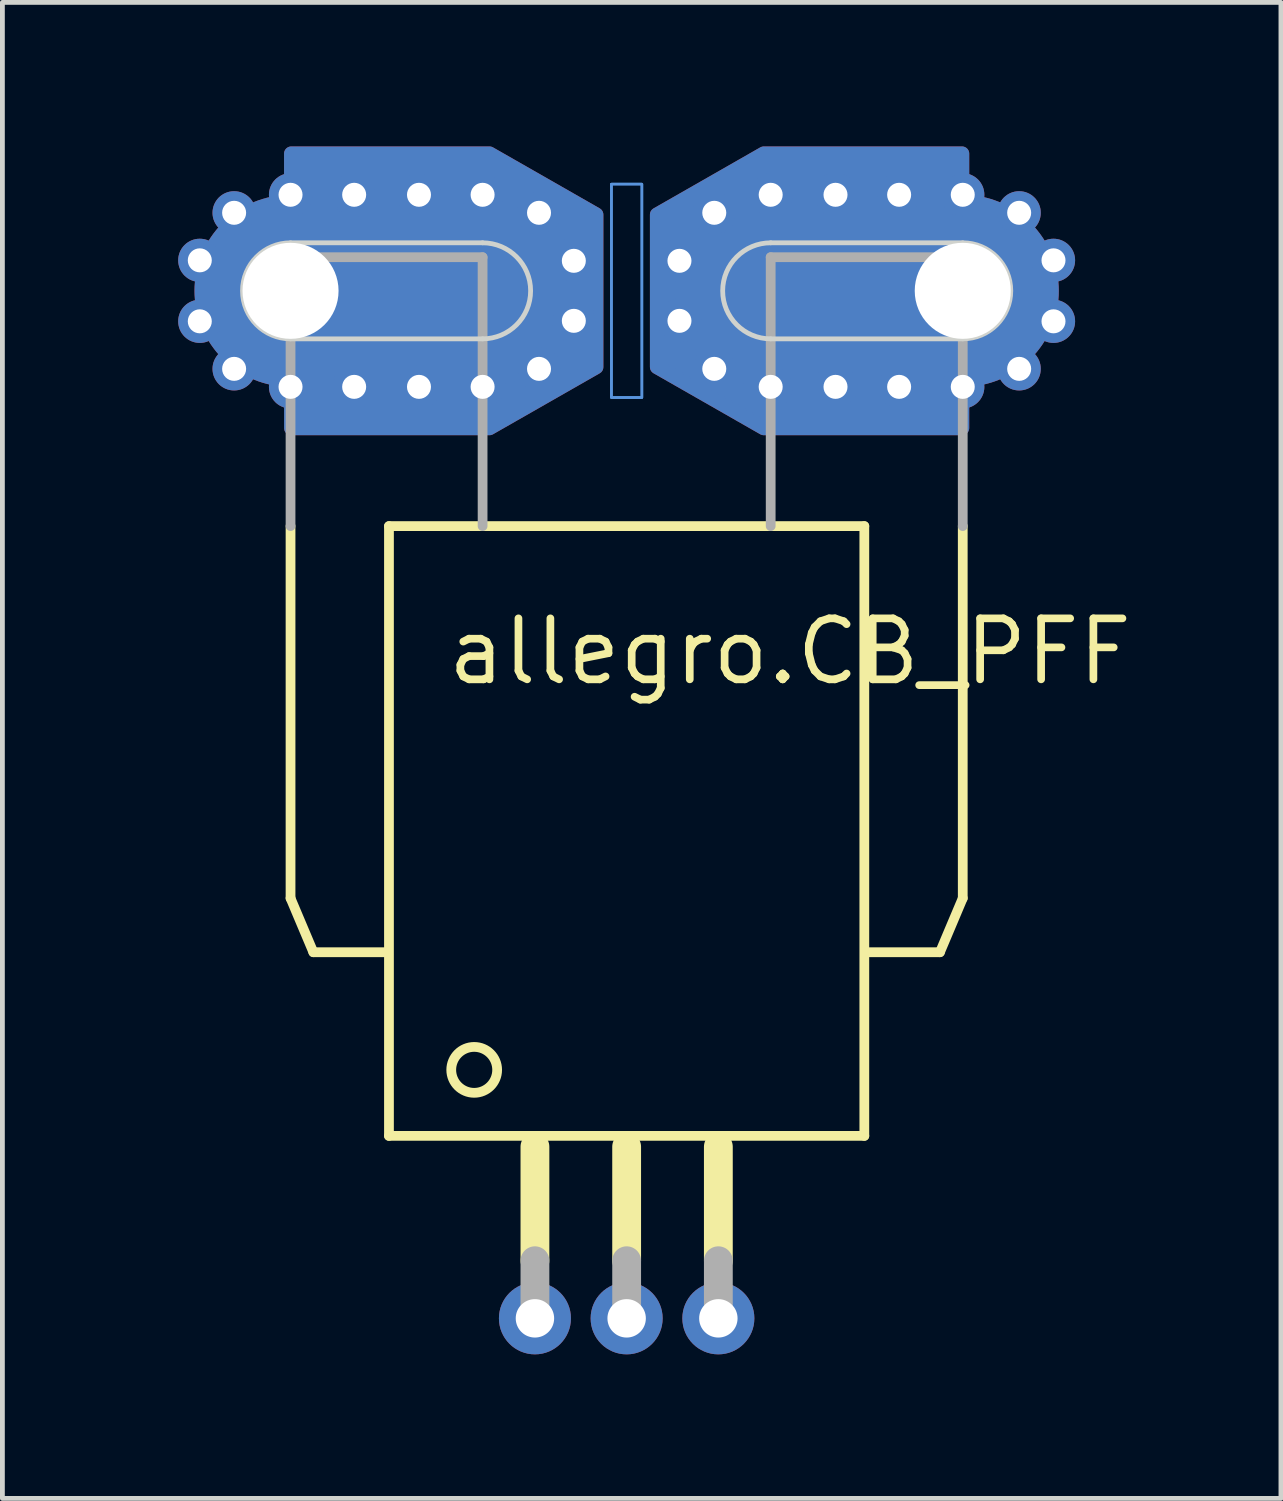
<source format=kicad_pcb>
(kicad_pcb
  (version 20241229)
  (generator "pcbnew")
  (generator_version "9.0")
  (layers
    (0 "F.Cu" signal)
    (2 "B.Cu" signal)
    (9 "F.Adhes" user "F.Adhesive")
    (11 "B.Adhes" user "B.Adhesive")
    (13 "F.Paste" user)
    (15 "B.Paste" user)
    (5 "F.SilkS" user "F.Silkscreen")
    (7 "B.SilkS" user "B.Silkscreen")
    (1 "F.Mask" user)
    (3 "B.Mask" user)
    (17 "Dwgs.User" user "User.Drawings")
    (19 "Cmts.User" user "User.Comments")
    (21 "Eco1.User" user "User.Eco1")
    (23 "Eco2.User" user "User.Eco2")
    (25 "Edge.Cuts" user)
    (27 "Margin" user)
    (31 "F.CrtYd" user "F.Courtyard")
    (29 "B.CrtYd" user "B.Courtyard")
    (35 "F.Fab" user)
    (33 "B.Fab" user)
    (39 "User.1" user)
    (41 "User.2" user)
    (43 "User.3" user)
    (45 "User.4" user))
  (footprint "allegro.CB_PFF"
    (layer "F.Cu")
    (at 10.001 3.007)
    (property "Reference" "allegro.CB_PFF" (at -3.81 8.255 0) (layer "F.SilkS") (effects (font (size 1.27 1.27) (thickness 0.16)) (justify left bottom)))
    (attr through_hole)
    (fp_poly (pts (xy -0.635 -1.587) (xy -0.635 1.587) (xy -2.857 2.857) (xy -6.985 2.857) (xy -6.985 -2.857) (xy -2.857 -2.857)) (stroke (width 0.3) (type default)) (fill yes) (layer "F.Cu"))
    (fp_poly (pts (xy 0.635 1.587) (xy 0.635 -1.587) (xy 2.857 -2.857) (xy 6.985 -2.857) (xy 6.985 2.857) (xy 2.857 2.857)) (stroke (width 0.3) (type default)) (fill yes) (layer "F.Cu"))
    (fp_poly (pts (xy -0.635 -1.587) (xy -0.635 1.587) (xy -2.857 2.857) (xy -6.985 2.857) (xy -6.985 -2.857) (xy -2.857 -2.857)) (stroke (width 0.3) (type default)) (fill yes) (layer "B.Cu"))
    (fp_poly (pts (xy 0.635 1.587) (xy 0.635 -1.587) (xy 2.857 -2.857) (xy 6.985 -2.857) (xy 6.985 2.857) (xy 2.857 2.857)) (stroke (width 0.3) (type default)) (fill yes) (layer "B.Cu"))
    (fp_line (start -7 4.9) (end -7 12.65) (stroke (width 0.203) (type default)) (layer "F.SilkS"))
    (fp_line (start -6.525 13.775) (end -7 12.65) (stroke (width 0.203) (type default)) (layer "F.SilkS"))
    (fp_line (start -6.525 13.775) (end -5.025 13.775) (stroke (width 0.203) (type default)) (layer "F.SilkS"))
    (fp_line (start -4.95 4.9) (end -4.95 17.6) (stroke (width 0.203) (type default)) (layer "F.SilkS"))
    (fp_line (start -4.95 4.9) (end 4.95 4.9) (stroke (width 0.203) (type default)) (layer "F.SilkS"))
    (fp_line (start -4.95 17.6) (end 4.95 17.6) (stroke (width 0.203) (type default)) (layer "F.SilkS"))
    (fp_line (start -1.91 20.2) (end -1.91 17.825) (stroke (width 0.6) (type default)) (layer "F.SilkS"))
    (fp_line (start 0 20.2) (end 0 17.825) (stroke (width 0.6) (type default)) (layer "F.SilkS"))
    (fp_line (start 1.91 20.2) (end 1.91 17.825) (stroke (width 0.6) (type default)) (layer "F.SilkS"))
    (fp_line (start 4.95 17.6) (end 4.95 4.9) (stroke (width 0.203) (type default)) (layer "F.SilkS"))
    (fp_line (start 6.525 13.775) (end 5 13.775) (stroke (width 0.203) (type default)) (layer "F.SilkS"))
    (fp_line (start 6.525 13.775) (end 7 12.65) (stroke (width 0.203) (type default)) (layer "F.SilkS"))
    (fp_line (start 7 4.9) (end 7 12.65) (stroke (width 0.203) (type default)) (layer "F.SilkS"))
    (fp_circle (center -3.175 16.225) (end -2.697 16.225) (stroke (width 0.203) (type default)) (fill no) (layer "F.SilkS"))
    (fp_line (start -7 -3) (end -3 -3) (stroke (width 0.001) (type default)) (layer "Cmts.User"))
    (fp_line (start -7 3) (end -3 3) (stroke (width 0.001) (type default)) (layer "Cmts.User"))
    (fp_line (start -0.5 -1.65) (end -0.5 1.65) (stroke (width 0.001) (type default)) (layer "Cmts.User"))
    (fp_line (start 0.5 -1.65) (end 0.5 1.65) (stroke (width 0.001) (type default)) (layer "Cmts.User"))
    (fp_line (start 7 -3) (end 3 -3) (stroke (width 0.001) (type default)) (layer "Cmts.User"))
    (fp_line (start 7 3) (end 3 3) (stroke (width 0.001) (type default)) (layer "Cmts.User"))
    (fp_rect (start -0.318 2.223) (end 0.318 -2.223) (stroke (width 0.05) (type default)) (fill no) (layer "Cmts.User"))
    (fp_rect (start -0.318 2.223) (end 0.318 -2.223) (stroke (width 0.05) (type default)) (fill no) (layer "Cmts.User"))
    (fp_rect (start -0.318 2.223) (end 0.318 -2.223) (stroke (width 0.05) (type default)) (fill no) (layer "Cmts.User"))
    (fp_arc (start -7 3) (mid -10 0) (end -7 -3) (stroke (width 0.001) (type default)) (layer "Cmts.User"))
    (fp_arc (start -3 -3) (mid -1.579392 -2.640941) (end -0.5 -1.65) (stroke (width 0.001) (type default)) (layer "Cmts.User"))
    (fp_arc (start -0.5 1.65) (mid -1.579392 2.640941) (end -3 3) (stroke (width 0.001) (type default)) (layer "Cmts.User"))
    (fp_arc (start 0.5 -1.65) (mid 1.579392 -2.640941) (end 3 -3) (stroke (width 0.001) (type default)) (layer "Cmts.User"))
    (fp_arc (start 3 3) (mid 1.579392 2.640941) (end 0.5 1.65) (stroke (width 0.001) (type default)) (layer "Cmts.User"))
    (fp_arc (start 7 -3) (mid 10 0) (end 7 3) (stroke (width 0.001) (type default)) (layer "Cmts.User"))
    (fp_circle (center -8.902 -0.618) (end -8.652 -0.618) (stroke (width 0.001) (type default)) (fill no) (layer "Cmts.User"))
    (fp_circle (center -8.902 0.618) (end -8.652 0.618) (stroke (width 0.001) (type default)) (fill no) (layer "Cmts.User"))
    (fp_circle (center -8.176 1.618) (end -7.926 1.618) (stroke (width 0.001) (type default)) (fill no) (layer "Cmts.User"))
    (fp_circle (center -8.176 -1.618) (end -7.926 -1.618) (stroke (width 0.001) (type default)) (fill no) (layer "Cmts.User"))
    (fp_circle (center -7 -2) (end -6.75 -2) (stroke (width 0.001) (type default)) (fill no) (layer "Cmts.User"))
    (fp_circle (center -7 2) (end -6.75 2) (stroke (width 0.001) (type default)) (fill no) (layer "Cmts.User"))
    (fp_circle (center -5.667 2) (end -5.417 2) (stroke (width 0.001) (type default)) (fill no) (layer "Cmts.User"))
    (fp_circle (center -5.667 -2) (end -5.417 -2) (stroke (width 0.001) (type default)) (fill no) (layer "Cmts.User"))
    (fp_circle (center -4.333 2) (end -4.083 2) (stroke (width 0.001) (type default)) (fill no) (layer "Cmts.User"))
    (fp_circle (center -4.333 -2) (end -4.083 -2) (stroke (width 0.001) (type default)) (fill no) (layer "Cmts.User"))
    (fp_circle (center -3 -2) (end -2.75 -2) (stroke (width 0.001) (type default)) (fill no) (layer "Cmts.User"))
    (fp_circle (center -3 2) (end -2.75 2) (stroke (width 0.001) (type default)) (fill no) (layer "Cmts.User"))
    (fp_circle (center -1.824 1.618) (end -1.574 1.618) (stroke (width 0.001) (type default)) (fill no) (layer "Cmts.User"))
    (fp_circle (center -1.824 -1.618) (end -1.574 -1.618) (stroke (width 0.001) (type default)) (fill no) (layer "Cmts.User"))
    (fp_circle (center -1.098 -0.618) (end -0.848 -0.618) (stroke (width 0.001) (type default)) (fill no) (layer "Cmts.User"))
    (fp_circle (center -1.098 0.618) (end -0.848 0.618) (stroke (width 0.001) (type default)) (fill no) (layer "Cmts.User"))
    (fp_circle (center 1.098 -0.618) (end 1.348 -0.618) (stroke (width 0.001) (type default)) (fill no) (layer "Cmts.User"))
    (fp_circle (center 1.098 0.618) (end 1.348 0.618) (stroke (width 0.001) (type default)) (fill no) (layer "Cmts.User"))
    (fp_circle (center 1.824 1.618) (end 2.074 1.618) (stroke (width 0.001) (type default)) (fill no) (layer "Cmts.User"))
    (fp_circle (center 1.824 -1.618) (end 2.074 -1.618) (stroke (width 0.001) (type default)) (fill no) (layer "Cmts.User"))
    (fp_circle (center 3 -2) (end 3.25 -2) (stroke (width 0.001) (type default)) (fill no) (layer "Cmts.User"))
    (fp_circle (center 3 2) (end 3.25 2) (stroke (width 0.001) (type default)) (fill no) (layer "Cmts.User"))
    (fp_circle (center 4.333 2) (end 4.583 2) (stroke (width 0.001) (type default)) (fill no) (layer "Cmts.User"))
    (fp_circle (center 4.333 -2) (end 4.583 -2) (stroke (width 0.001) (type default)) (fill no) (layer "Cmts.User"))
    (fp_circle (center 5.667 2) (end 5.917 2) (stroke (width 0.001) (type default)) (fill no) (layer "Cmts.User"))
    (fp_circle (center 5.667 -2) (end 5.917 -2) (stroke (width 0.001) (type default)) (fill no) (layer "Cmts.User"))
    (fp_circle (center 7 -2) (end 7.25 -2) (stroke (width 0.001) (type default)) (fill no) (layer "Cmts.User"))
    (fp_circle (center 7 2) (end 7.25 2) (stroke (width 0.001) (type default)) (fill no) (layer "Cmts.User"))
    (fp_circle (center 8.176 1.618) (end 8.426 1.618) (stroke (width 0.001) (type default)) (fill no) (layer "Cmts.User"))
    (fp_circle (center 8.176 -1.618) (end 8.426 -1.618) (stroke (width 0.001) (type default)) (fill no) (layer "Cmts.User"))
    (fp_circle (center 8.902 -0.618) (end 9.152 -0.618) (stroke (width 0.001) (type default)) (fill no) (layer "Cmts.User"))
    (fp_circle (center 8.902 0.618) (end 9.152 0.618) (stroke (width 0.001) (type default)) (fill no) (layer "Cmts.User"))
    (fp_line (start -7 -1) (end -3 -1) (stroke (width 0.1) (type default)) (layer "Edge.Cuts"))
    (fp_line (start -3 1) (end -7 1) (stroke (width 0.1) (type default)) (layer "Edge.Cuts"))
    (fp_line (start 3 -1) (end 7 -1) (stroke (width 0.1) (type default)) (layer "Edge.Cuts"))
    (fp_line (start 7 1) (end 3 1) (stroke (width 0.1) (type default)) (layer "Edge.Cuts"))
    (fp_arc (start -7 1) (mid -8 0) (end -7 -1) (stroke (width 0.1) (type default)) (layer "Edge.Cuts"))
    (fp_arc (start -3 -1) (mid -2 0) (end -3 1) (stroke (width 0.1) (type default)) (layer "Edge.Cuts"))
    (fp_arc (start 3 1) (mid 2 0) (end 3 -1) (stroke (width 0.1) (type default)) (layer "Edge.Cuts"))
    (fp_arc (start 7 -1) (mid 8 0) (end 7 1) (stroke (width 0.1) (type default)) (layer "Edge.Cuts"))
    (fp_line (start -7 -0.7) (end -7 4.9) (stroke (width 0.203) (type default)) (layer "F.Fab"))
    (fp_line (start -7 -0.7) (end -3 -0.7) (stroke (width 0.203) (type default)) (layer "F.Fab"))
    (fp_line (start -3 -0.7) (end -3 4.9) (stroke (width 0.203) (type default)) (layer "F.Fab"))
    (fp_line (start -1.91 21.4) (end -1.91 20.2) (stroke (width 0.6) (type default)) (layer "F.Fab"))
    (fp_line (start 0 21.4) (end 0 20.2) (stroke (width 0.6) (type default)) (layer "F.Fab"))
    (fp_line (start 1.91 21.4) (end 1.91 20.2) (stroke (width 0.6) (type default)) (layer "F.Fab"))
    (fp_line (start 3 -0.7) (end 3 4.9) (stroke (width 0.203) (type default)) (layer "F.Fab"))
    (fp_line (start 7 -0.7) (end 3 -0.7) (stroke (width 0.203) (type default)) (layer "F.Fab"))
    (fp_line (start 7 4.9) (end 7 -0.7) (stroke (width 0.203) (type default)) (layer "F.Fab"))
    (pad "1" thru_hole circle (at -1.91 21.4) (size 1.5 1.5) (drill 0.8) (layers "*.Cu" "*.Mask"))
    (pad "2" thru_hole circle (at 0 21.4) (size 1.5 1.5) (drill 0.8) (layers "*.Cu" "*.Mask"))
    (pad "3" thru_hole circle (at 1.91 21.4) (size 1.5 1.5) (drill 0.8) (layers "*.Cu" "*.Mask"))
    (pad "IP+" thru_hole oval (at 7 0) (size 8 4) (drill 2 (offset -2 0)) (layers "*.Cu" "*.Mask"))
    (pad "IP+@2" thru_hole circle (at 8.89 -0.635) (size 0.9 0.9) (drill 0.5) (layers "*.Cu" "*.Mask"))
    (pad "IP+@3" thru_hole circle (at 8.89 0.635) (size 0.9 0.9) (drill 0.5) (layers "*.Cu" "*.Mask"))
    (pad "IP+@4" thru_hole circle (at 8.175 1.625) (size 0.9 0.9) (drill 0.5) (layers "*.Cu" "*.Mask"))
    (pad "IP+@5" thru_hole circle (at 7 2) (size 0.9 0.9) (drill 0.5) (layers "*.Cu" "*.Mask"))
    (pad "IP+@6" thru_hole circle (at 5.675 2) (size 0.9 0.9) (drill 0.5) (layers "*.Cu" "*.Mask"))
    (pad "IP+@7" thru_hole circle (at 4.35 2) (size 0.9 0.9) (drill 0.5) (layers "*.Cu" "*.Mask"))
    (pad "IP+@8" thru_hole circle (at 3 2) (size 0.9 0.9) (drill 0.5) (layers "*.Cu" "*.Mask"))
    (pad "IP+@9" thru_hole circle (at 1.825 1.625) (size 0.9 0.9) (drill 0.5) (layers "*.Cu" "*.Mask"))
    (pad "IP+@10" thru_hole circle (at 1.1 0.625) (size 0.9 0.9) (drill 0.5) (layers "*.Cu" "*.Mask"))
    (pad "IP+@11" thru_hole circle (at 1.1 -0.625) (size 0.9 0.9) (drill 0.5) (layers "*.Cu" "*.Mask"))
    (pad "IP+@12" thru_hole circle (at 1.825 -1.625) (size 0.9 0.9) (drill 0.5) (layers "*.Cu" "*.Mask"))
    (pad "IP+@13" thru_hole circle (at 3 -2) (size 0.9 0.9) (drill 0.5) (layers "*.Cu" "*.Mask"))
    (pad "IP+@14" thru_hole circle (at 4.35 -2) (size 0.9 0.9) (drill 0.5) (layers "*.Cu" "*.Mask"))
    (pad "IP+@15" thru_hole circle (at 5.675 -2) (size 0.9 0.9) (drill 0.5) (layers "*.Cu" "*.Mask"))
    (pad "IP+@16" thru_hole circle (at 7 -2) (size 0.9 0.9) (drill 0.5) (layers "*.Cu" "*.Mask"))
    (pad "IP+@17" thru_hole circle (at 8.175 -1.625) (size 0.9 0.9) (drill 0.5) (layers "*.Cu" "*.Mask"))
    (pad "IP-" thru_hole oval (at -7 0) (size 8 4) (drill 2 (offset 2 0)) (layers "*.Cu" "*.Mask"))
    (pad "IP-@2" thru_hole circle (at -8.89 -0.635 180) (size 0.9 0.9) (drill 0.5) (layers "*.Cu" "*.Mask"))
    (pad "IP-@3" thru_hole circle (at -8.89 0.635 180) (size 0.9 0.9) (drill 0.5) (layers "*.Cu" "*.Mask"))
    (pad "IP-@4" thru_hole circle (at -8.175 1.625 180) (size 0.9 0.9) (drill 0.5) (layers "*.Cu" "*.Mask"))
    (pad "IP-@5" thru_hole circle (at -7 2 180) (size 0.9 0.9) (drill 0.5) (layers "*.Cu" "*.Mask"))
    (pad "IP-@6" thru_hole circle (at -5.675 2 180) (size 0.9 0.9) (drill 0.5) (layers "*.Cu" "*.Mask"))
    (pad "IP-@7" thru_hole circle (at -4.325 2 180) (size 0.9 0.9) (drill 0.5) (layers "*.Cu" "*.Mask"))
    (pad "IP-@8" thru_hole circle (at -3 2 180) (size 0.9 0.9) (drill 0.5) (layers "*.Cu" "*.Mask"))
    (pad "IP-@9" thru_hole circle (at -1.825 1.625 180) (size 0.9 0.9) (drill 0.5) (layers "*.Cu" "*.Mask"))
    (pad "IP-@10" thru_hole circle (at -1.1 0.625 180) (size 0.9 0.9) (drill 0.5) (layers "*.Cu" "*.Mask"))
    (pad "IP-@11" thru_hole circle (at -1.1 -0.625 180) (size 0.9 0.9) (drill 0.5) (layers "*.Cu" "*.Mask"))
    (pad "IP-@12" thru_hole circle (at -1.825 -1.625 180) (size 0.9 0.9) (drill 0.5) (layers "*.Cu" "*.Mask"))
    (pad "IP-@13" thru_hole circle (at -3 -2 180) (size 0.9 0.9) (drill 0.5) (layers "*.Cu" "*.Mask"))
    (pad "IP-@14" thru_hole circle (at -4.325 -2 180) (size 0.9 0.9) (drill 0.5) (layers "*.Cu" "*.Mask"))
    (pad "IP-@15" thru_hole circle (at -5.675 -2 180) (size 0.9 0.9) (drill 0.5) (layers "*.Cu" "*.Mask"))
    (pad "IP-@16" thru_hole circle (at -7 -2 180) (size 0.9 0.9) (drill 0.5) (layers "*.Cu" "*.Mask"))
    (pad "IP-@17" thru_hole circle (at -8.175 -1.625 180) (size 0.9 0.9) (drill 0.5) (layers "*.Cu" "*.Mask")))
  (gr_rect
    (start -3 -3)
    (end 23.628 28.157)
    (stroke (width 0.1) (type default))
    (fill no)
    (layer "Edge.Cuts")))
</source>
